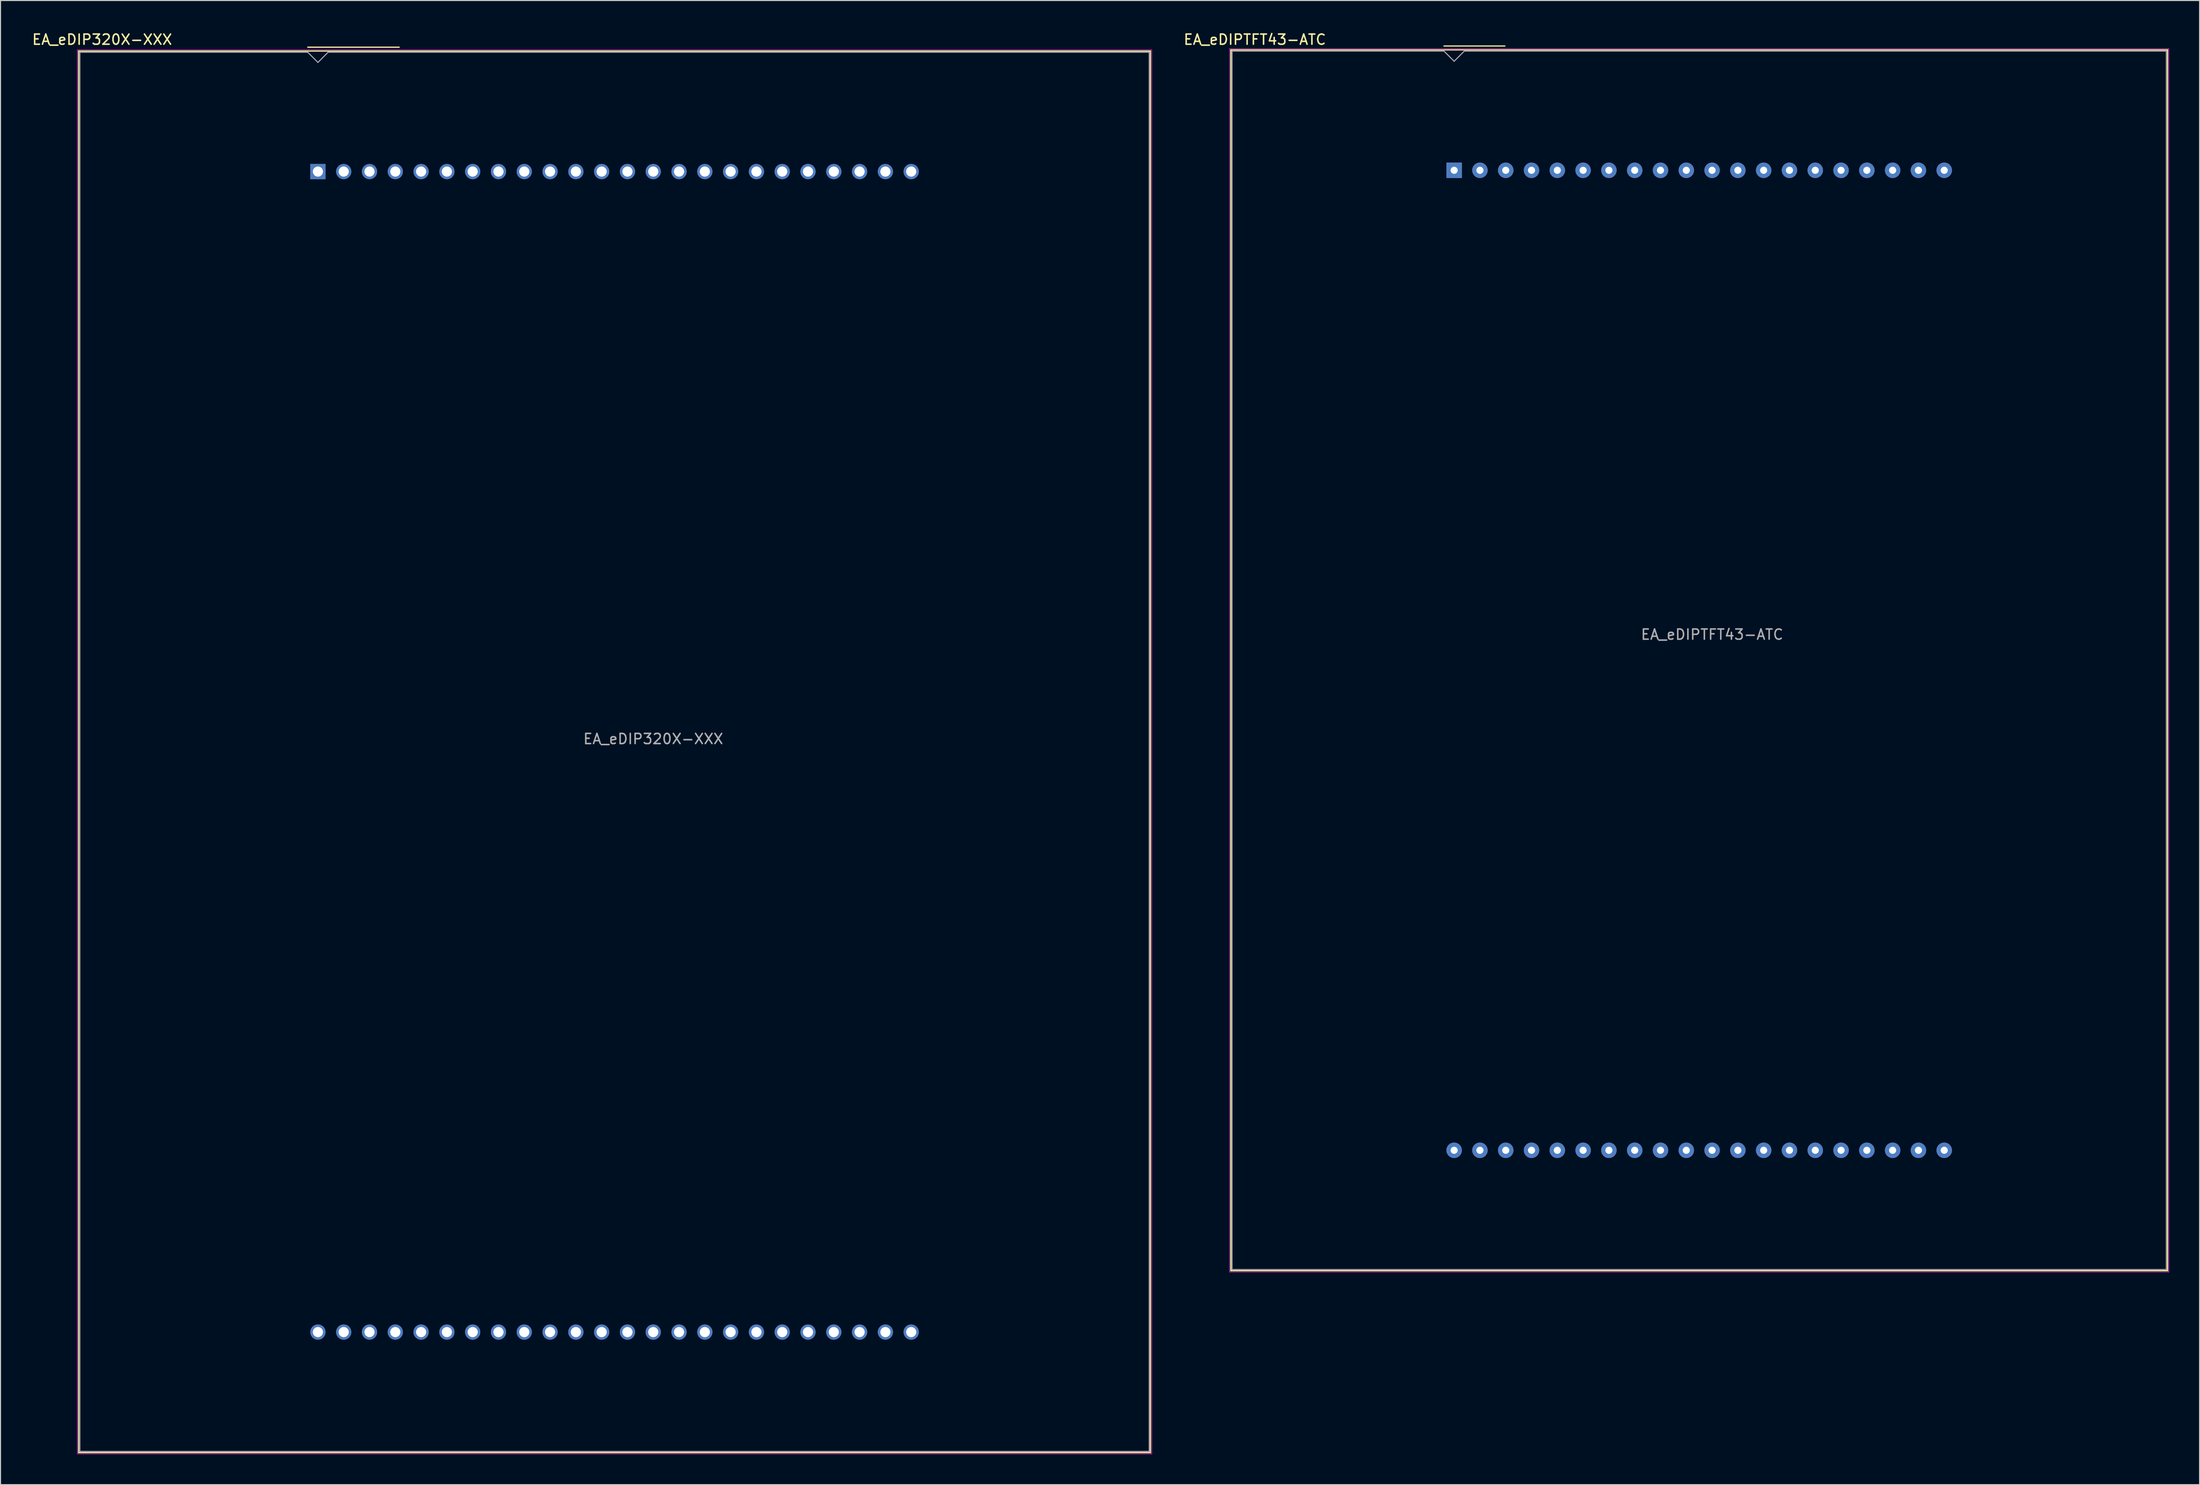
<source format=kicad_pcb>
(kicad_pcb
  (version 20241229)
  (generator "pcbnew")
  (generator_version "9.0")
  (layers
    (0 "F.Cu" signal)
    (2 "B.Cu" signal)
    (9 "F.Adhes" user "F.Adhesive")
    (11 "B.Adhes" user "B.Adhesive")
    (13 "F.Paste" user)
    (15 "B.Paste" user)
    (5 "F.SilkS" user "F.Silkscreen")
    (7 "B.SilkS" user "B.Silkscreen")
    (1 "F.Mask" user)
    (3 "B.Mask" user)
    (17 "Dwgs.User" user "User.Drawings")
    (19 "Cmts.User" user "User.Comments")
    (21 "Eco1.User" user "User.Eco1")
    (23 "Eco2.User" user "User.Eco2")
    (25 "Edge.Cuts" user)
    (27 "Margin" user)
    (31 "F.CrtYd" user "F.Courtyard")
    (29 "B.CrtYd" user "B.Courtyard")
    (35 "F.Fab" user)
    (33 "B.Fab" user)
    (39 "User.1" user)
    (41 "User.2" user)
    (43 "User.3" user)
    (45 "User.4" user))
  (footprint "EA_eDIP320X-XXX"
    (layer "F.Cu")
    (at 28.256 13.848)
    (property "Reference" "EA_eDIP320X-XXX" (at -21.25 -13 0) (layer "F.SilkS") (effects (font (size 1 1) (thickness 0.15))))
    (attr through_hole)
    (fp_line (start -23.56 -11.87) (end 81.98 -11.87) (stroke (width 0.12) (type solid)) (layer "F.SilkS"))
    (fp_line (start -23.56 126.17) (end -23.56 -11.87) (stroke (width 0.12) (type solid)) (layer "F.SilkS"))
    (fp_line (start -1 -12.25) (end 8 -12.25) (stroke (width 0.12) (type solid)) (layer "F.SilkS"))
    (fp_line (start 81.98 -11.87) (end 81.98 126.17) (stroke (width 0.12) (type solid)) (layer "F.SilkS"))
    (fp_line (start 81.98 126.17) (end -23.56 126.17) (stroke (width 0.12) (type solid)) (layer "F.SilkS"))
    (fp_line (start -23.69 -12) (end 82.11 -12) (stroke (width 0.05) (type solid)) (layer "F.CrtYd"))
    (fp_line (start -23.69 126.3) (end -23.69 -12) (stroke (width 0.05) (type solid)) (layer "F.CrtYd"))
    (fp_line (start 82.11 -12) (end 82.11 126.3) (stroke (width 0.05) (type solid)) (layer "F.CrtYd"))
    (fp_line (start 82.11 126.3) (end -23.69 126.3) (stroke (width 0.05) (type solid)) (layer "F.CrtYd"))
    (fp_line (start -23.44 126.05) (end -23.44 -11.75) (stroke (width 0.1) (type solid)) (layer "F.Fab"))
    (fp_line (start -1 -11.75) (end -23.44 -11.75) (stroke (width 0.1) (type solid)) (layer "F.Fab"))
    (fp_line (start 0 -10.75) (end -1 -11.75) (stroke (width 0.1) (type solid)) (layer "F.Fab"))
    (fp_line (start 1 -11.75) (end 0 -10.75) (stroke (width 0.1) (type solid)) (layer "F.Fab"))
    (fp_line (start 1 -11.75) (end 81.86 -11.75) (stroke (width 0.1) (type solid)) (layer "F.Fab"))
    (fp_line (start 81.86 -11.75) (end 81.86 126.05) (stroke (width 0.1) (type solid)) (layer "F.Fab"))
    (fp_line (start 81.86 126.05) (end -23.44 126.05) (stroke (width 0.1) (type solid)) (layer "F.Fab"))
    (fp_text user "${REFERENCE}" (at 33.02 55.88 0) (layer "F.Fab") (effects (font (size 1 1) (thickness 0.15))))
    (pad "1" thru_hole rect (at 0 0) (size 1.5 1.5) (drill 1) (layers "*.Cu" "*.Mask"))
    (pad "2" thru_hole circle (at 2.54 0) (size 1.5 1.5) (drill 1) (layers "*.Cu" "*.Mask"))
    (pad "3" thru_hole circle (at 5.08 0) (size 1.5 1.5) (drill 1) (layers "*.Cu" "*.Mask"))
    (pad "4" thru_hole circle (at 7.62 0) (size 1.5 1.5) (drill 1) (layers "*.Cu" "*.Mask"))
    (pad "5" thru_hole circle (at 10.16 0) (size 1.5 1.5) (drill 1) (layers "*.Cu" "*.Mask"))
    (pad "6" thru_hole circle (at 12.7 0) (size 1.5 1.5) (drill 1) (layers "*.Cu" "*.Mask"))
    (pad "7" thru_hole circle (at 15.24 0) (size 1.5 1.5) (drill 1) (layers "*.Cu" "*.Mask"))
    (pad "8" thru_hole circle (at 17.78 0) (size 1.5 1.5) (drill 1) (layers "*.Cu" "*.Mask"))
    (pad "9" thru_hole circle (at 20.32 0) (size 1.5 1.5) (drill 1) (layers "*.Cu" "*.Mask"))
    (pad "10" thru_hole circle (at 22.86 0) (size 1.5 1.5) (drill 1) (layers "*.Cu" "*.Mask"))
    (pad "11" thru_hole circle (at 25.4 0) (size 1.5 1.5) (drill 1) (layers "*.Cu" "*.Mask"))
    (pad "12" thru_hole circle (at 27.94 0) (size 1.5 1.5) (drill 1) (layers "*.Cu" "*.Mask"))
    (pad "13" thru_hole circle (at 30.48 0) (size 1.5 1.5) (drill 1) (layers "*.Cu" "*.Mask"))
    (pad "14" thru_hole circle (at 33.02 0) (size 1.5 1.5) (drill 1) (layers "*.Cu" "*.Mask"))
    (pad "15" thru_hole circle (at 35.56 0) (size 1.5 1.5) (drill 1) (layers "*.Cu" "*.Mask"))
    (pad "16" thru_hole circle (at 38.1 0) (size 1.5 1.5) (drill 1) (layers "*.Cu" "*.Mask"))
    (pad "17" thru_hole circle (at 40.64 0) (size 1.5 1.5) (drill 1) (layers "*.Cu" "*.Mask"))
    (pad "18" thru_hole circle (at 43.18 0) (size 1.5 1.5) (drill 1) (layers "*.Cu" "*.Mask"))
    (pad "19" thru_hole circle (at 45.72 0) (size 1.5 1.5) (drill 1) (layers "*.Cu" "*.Mask"))
    (pad "20" thru_hole circle (at 48.26 0) (size 1.5 1.5) (drill 1) (layers "*.Cu" "*.Mask"))
    (pad "21" thru_hole circle (at 50.8 0) (size 1.5 1.5) (drill 1) (layers "*.Cu" "*.Mask"))
    (pad "22" thru_hole circle (at 53.34 0) (size 1.5 1.5) (drill 1) (layers "*.Cu" "*.Mask"))
    (pad "23" thru_hole circle (at 55.88 0) (size 1.5 1.5) (drill 1) (layers "*.Cu" "*.Mask"))
    (pad "24" thru_hole circle (at 58.42 0) (size 1.5 1.5) (drill 1) (layers "*.Cu" "*.Mask"))
    (pad "25" thru_hole circle (at 58.42 114.3) (size 1.5 1.5) (drill 1) (layers "*.Cu" "*.Mask"))
    (pad "26" thru_hole circle (at 55.88 114.3) (size 1.5 1.5) (drill 1) (layers "*.Cu" "*.Mask"))
    (pad "27" thru_hole circle (at 53.34 114.3) (size 1.5 1.5) (drill 1) (layers "*.Cu" "*.Mask"))
    (pad "28" thru_hole circle (at 50.8 114.3) (size 1.5 1.5) (drill 1) (layers "*.Cu" "*.Mask"))
    (pad "29" thru_hole circle (at 48.26 114.3) (size 1.5 1.5) (drill 1) (layers "*.Cu" "*.Mask"))
    (pad "30" thru_hole circle (at 45.72 114.3) (size 1.5 1.5) (drill 1) (layers "*.Cu" "*.Mask"))
    (pad "31" thru_hole circle (at 43.18 114.3) (size 1.5 1.5) (drill 1) (layers "*.Cu" "*.Mask"))
    (pad "32" thru_hole circle (at 40.64 114.3) (size 1.5 1.5) (drill 1) (layers "*.Cu" "*.Mask"))
    (pad "33" thru_hole circle (at 38.1 114.3) (size 1.5 1.5) (drill 1) (layers "*.Cu" "*.Mask"))
    (pad "34" thru_hole circle (at 35.56 114.3) (size 1.5 1.5) (drill 1) (layers "*.Cu" "*.Mask"))
    (pad "35" thru_hole circle (at 33.02 114.3) (size 1.5 1.5) (drill 1) (layers "*.Cu" "*.Mask"))
    (pad "36" thru_hole circle (at 30.48 114.3) (size 1.5 1.5) (drill 1) (layers "*.Cu" "*.Mask"))
    (pad "37" thru_hole circle (at 27.94 114.3) (size 1.5 1.5) (drill 1) (layers "*.Cu" "*.Mask"))
    (pad "38" thru_hole circle (at 25.4 114.3) (size 1.5 1.5) (drill 1) (layers "*.Cu" "*.Mask"))
    (pad "39" thru_hole circle (at 22.86 114.3) (size 1.5 1.5) (drill 1) (layers "*.Cu" "*.Mask"))
    (pad "40" thru_hole circle (at 20.32 114.3) (size 1.5 1.5) (drill 1) (layers "*.Cu" "*.Mask"))
    (pad "41" thru_hole circle (at 17.78 114.3) (size 1.5 1.5) (drill 1) (layers "*.Cu" "*.Mask"))
    (pad "42" thru_hole circle (at 15.24 114.3) (size 1.5 1.5) (drill 1) (layers "*.Cu" "*.Mask"))
    (pad "43" thru_hole circle (at 12.7 114.3) (size 1.5 1.5) (drill 1) (layers "*.Cu" "*.Mask"))
    (pad "44" thru_hole circle (at 10.16 114.3) (size 1.5 1.5) (drill 1) (layers "*.Cu" "*.Mask"))
    (pad "45" thru_hole circle (at 7.62 114.3) (size 1.5 1.5) (drill 1) (layers "*.Cu" "*.Mask"))
    (pad "46" thru_hole circle (at 5.08 114.3) (size 1.5 1.5) (drill 1) (layers "*.Cu" "*.Mask"))
    (pad "47" thru_hole circle (at 2.54 114.3) (size 1.5 1.5) (drill 1) (layers "*.Cu" "*.Mask"))
    (pad "48" thru_hole circle (at 0 114.3) (size 1.5 1.5) (drill 1) (layers "*.Cu" "*.Mask")))
  (footprint "EA_eDIPTFT43-ATC"
    (layer "F.Cu")
    (at 140.141 13.723)
    (property "Reference" "EA_eDIPTFT43-ATC" (at -19.625 -12.875 0) (layer "F.SilkS") (effects (font (size 1 1) (thickness 0.15))))
    (attr through_hole)
    (fp_line (start -21.99 -11.86) (end 70.25 -11.86) (stroke (width 0.12) (type solid)) (layer "F.SilkS"))
    (fp_line (start -21.99 108.38) (end -21.99 -11.86) (stroke (width 0.12) (type solid)) (layer "F.SilkS"))
    (fp_line (start -1 -12.24) (end 5 -12.24) (stroke (width 0.12) (type solid)) (layer "F.SilkS"))
    (fp_line (start 70.25 -11.86) (end 70.25 108.38) (stroke (width 0.12) (type solid)) (layer "F.SilkS"))
    (fp_line (start 70.25 108.38) (end -21.99 108.38) (stroke (width 0.12) (type solid)) (layer "F.SilkS"))
    (fp_line (start -22.12 -11.99) (end 70.38 -11.99) (stroke (width 0.05) (type solid)) (layer "F.CrtYd"))
    (fp_line (start -22.12 108.51) (end -22.12 -11.99) (stroke (width 0.05) (type solid)) (layer "F.CrtYd"))
    (fp_line (start 70.38 -11.99) (end 70.38 108.51) (stroke (width 0.05) (type solid)) (layer "F.CrtYd"))
    (fp_line (start 70.38 108.51) (end -22.12 108.51) (stroke (width 0.05) (type solid)) (layer "F.CrtYd"))
    (fp_line (start -21.87 -11.74) (end -1 -11.74) (stroke (width 0.1) (type solid)) (layer "F.Fab"))
    (fp_line (start -21.87 108.26) (end -21.87 -11.74) (stroke (width 0.1) (type solid)) (layer "F.Fab"))
    (fp_line (start -1 -11.74) (end 0 -10.74) (stroke (width 0.1) (type solid)) (layer "F.Fab"))
    (fp_line (start 0 -10.74) (end 1 -11.74) (stroke (width 0.1) (type solid)) (layer "F.Fab"))
    (fp_line (start 1 -11.74) (end 70.13 -11.74) (stroke (width 0.1) (type solid)) (layer "F.Fab"))
    (fp_line (start 70.13 -11.74) (end 70.13 108.26) (stroke (width 0.1) (type solid)) (layer "F.Fab"))
    (fp_line (start 70.13 108.26) (end -21.87 108.26) (stroke (width 0.1) (type solid)) (layer "F.Fab"))
    (fp_text user "${REFERENCE}" (at 25.4 45.72 0) (layer "F.Fab") (effects (font (size 1 1) (thickness 0.15))))
    (pad "1" thru_hole rect (at 0 0) (size 1.524 1.524) (drill 0.7) (layers "*.Cu" "*.Mask"))
    (pad "2" thru_hole circle (at 2.54 0) (size 1.524 1.524) (drill 0.7) (layers "*.Cu" "*.Mask"))
    (pad "3" thru_hole circle (at 5.08 0) (size 1.524 1.524) (drill 0.7) (layers "*.Cu" "*.Mask"))
    (pad "4" thru_hole circle (at 7.62 0) (size 1.524 1.524) (drill 0.7) (layers "*.Cu" "*.Mask"))
    (pad "5" thru_hole circle (at 10.16 0) (size 1.524 1.524) (drill 0.7) (layers "*.Cu" "*.Mask"))
    (pad "6" thru_hole circle (at 12.7 0) (size 1.524 1.524) (drill 0.7) (layers "*.Cu" "*.Mask"))
    (pad "7" thru_hole circle (at 15.24 0) (size 1.524 1.524) (drill 0.7) (layers "*.Cu" "*.Mask"))
    (pad "8" thru_hole circle (at 17.78 0) (size 1.524 1.524) (drill 0.7) (layers "*.Cu" "*.Mask"))
    (pad "9" thru_hole circle (at 20.32 0) (size 1.524 1.524) (drill 0.7) (layers "*.Cu" "*.Mask"))
    (pad "10" thru_hole circle (at 22.86 0) (size 1.524 1.524) (drill 0.7) (layers "*.Cu" "*.Mask"))
    (pad "11" thru_hole circle (at 25.4 0) (size 1.524 1.524) (drill 0.7) (layers "*.Cu" "*.Mask"))
    (pad "12" thru_hole circle (at 27.94 0) (size 1.524 1.524) (drill 0.7) (layers "*.Cu" "*.Mask"))
    (pad "13" thru_hole circle (at 30.48 0) (size 1.524 1.524) (drill 0.7) (layers "*.Cu" "*.Mask"))
    (pad "14" thru_hole circle (at 33.02 0) (size 1.524 1.524) (drill 0.7) (layers "*.Cu" "*.Mask"))
    (pad "15" thru_hole circle (at 35.56 0) (size 1.524 1.524) (drill 0.7) (layers "*.Cu" "*.Mask"))
    (pad "16" thru_hole circle (at 38.1 0) (size 1.524 1.524) (drill 0.7) (layers "*.Cu" "*.Mask"))
    (pad "17" thru_hole circle (at 40.64 0) (size 1.524 1.524) (drill 0.7) (layers "*.Cu" "*.Mask"))
    (pad "18" thru_hole circle (at 43.18 0) (size 1.524 1.524) (drill 0.7) (layers "*.Cu" "*.Mask"))
    (pad "19" thru_hole circle (at 45.72 0) (size 1.524 1.524) (drill 0.7) (layers "*.Cu" "*.Mask"))
    (pad "20" thru_hole circle (at 48.26 0) (size 1.524 1.524) (drill 0.7) (layers "*.Cu" "*.Mask"))
    (pad "21" thru_hole circle (at 48.26 96.52) (size 1.524 1.524) (drill 0.7) (layers "*.Cu" "*.Mask"))
    (pad "22" thru_hole circle (at 45.72 96.52) (size 1.524 1.524) (drill 0.7) (layers "*.Cu" "*.Mask"))
    (pad "23" thru_hole circle (at 43.18 96.52) (size 1.524 1.524) (drill 0.7) (layers "*.Cu" "*.Mask"))
    (pad "24" thru_hole circle (at 40.64 96.52) (size 1.524 1.524) (drill 0.7) (layers "*.Cu" "*.Mask"))
    (pad "25" thru_hole circle (at 38.1 96.52) (size 1.524 1.524) (drill 0.7) (layers "*.Cu" "*.Mask"))
    (pad "26" thru_hole circle (at 35.56 96.52) (size 1.524 1.524) (drill 0.7) (layers "*.Cu" "*.Mask"))
    (pad "27" thru_hole circle (at 33.02 96.52) (size 1.524 1.524) (drill 0.7) (layers "*.Cu" "*.Mask"))
    (pad "28" thru_hole circle (at 30.48 96.52) (size 1.524 1.524) (drill 0.7) (layers "*.Cu" "*.Mask"))
    (pad "29" thru_hole circle (at 27.94 96.52) (size 1.524 1.524) (drill 0.7) (layers "*.Cu" "*.Mask"))
    (pad "30" thru_hole circle (at 25.4 96.52) (size 1.524 1.524) (drill 0.7) (layers "*.Cu" "*.Mask"))
    (pad "31" thru_hole circle (at 22.86 96.52) (size 1.524 1.524) (drill 0.7) (layers "*.Cu" "*.Mask"))
    (pad "32" thru_hole circle (at 20.32 96.52) (size 1.524 1.524) (drill 0.7) (layers "*.Cu" "*.Mask"))
    (pad "33" thru_hole circle (at 17.78 96.52) (size 1.524 1.524) (drill 0.7) (layers "*.Cu" "*.Mask"))
    (pad "34" thru_hole circle (at 15.24 96.52) (size 1.524 1.524) (drill 0.7) (layers "*.Cu" "*.Mask"))
    (pad "35" thru_hole circle (at 12.7 96.52) (size 1.524 1.524) (drill 0.7) (layers "*.Cu" "*.Mask"))
    (pad "36" thru_hole circle (at 10.16 96.52) (size 1.524 1.524) (drill 0.7) (layers "*.Cu" "*.Mask"))
    (pad "37" thru_hole circle (at 7.62 96.52) (size 1.524 1.524) (drill 0.7) (layers "*.Cu" "*.Mask"))
    (pad "38" thru_hole circle (at 5.08 96.52) (size 1.524 1.524) (drill 0.7) (layers "*.Cu" "*.Mask"))
    (pad "39" thru_hole circle (at 2.54 96.52) (size 1.524 1.524) (drill 0.7) (layers "*.Cu" "*.Mask"))
    (pad "40" thru_hole circle (at 0 96.52) (size 1.524 1.524) (drill 0.7) (layers "*.Cu" "*.Mask")))
  (gr_rect
    (start -3 -3)
    (end 213.546 143.173)
    (stroke (width 0.1) (type default))
    (fill no)
    (layer "Edge.Cuts")))
</source>
